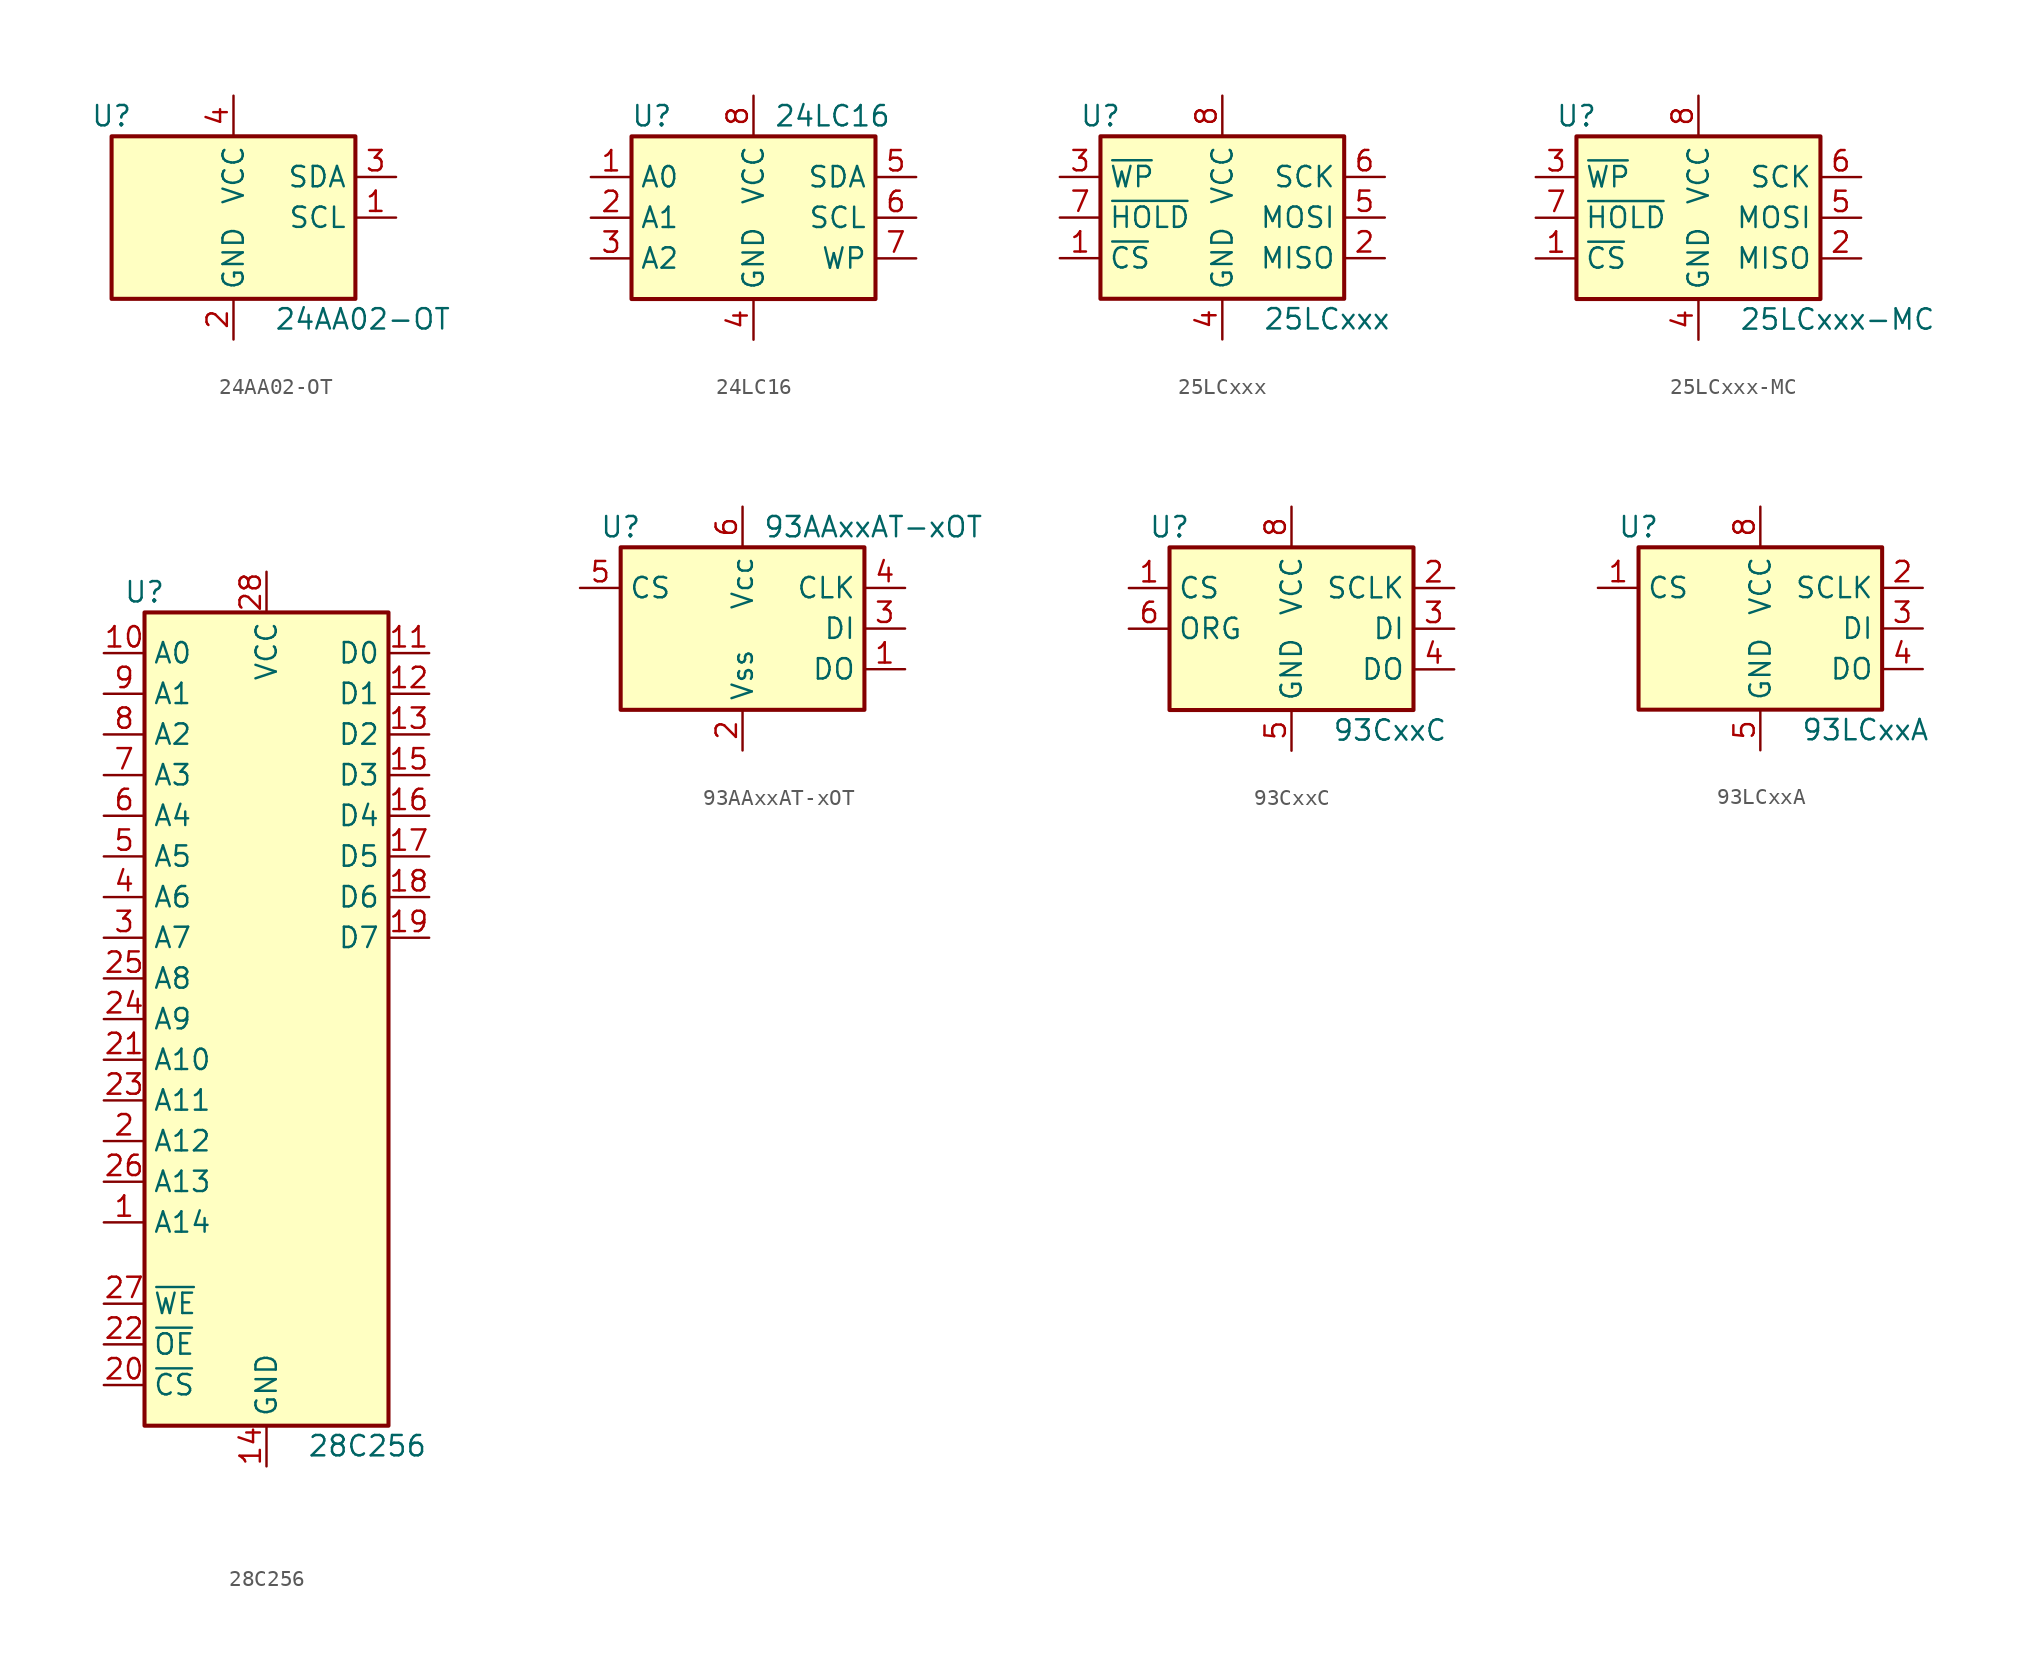
<source format=kicad_sym>
(kicad_symbol_lib
  (version 20211014)
  (generator kicad_symbol_editor)
  (symbol "24AA02-OT"
    (property "Reference" "U"
      (at -7.62 6.35 0)
      (effects (font (size 1.27 1.27))))
    (property "Value" "24AA02-OT"
      (at 2.54 -6.35 0)
      (effects (font (size 1.27 1.27)) (justify left)))
    (symbol "24AA02-OT_1_1"
      (rectangle (start -7.62 5.08) (end 7.62 -5.08) (stroke (width 0.254) (type default) (color 0 0 0 0)) (fill (type background)))
      (pin input line (at 10.16 0 180) (length 2.54) (name "SCL" (effects (font (size 1.27 1.27)))) (number "1" (effects (font (size 1.27 1.27)))))
      (pin power_in line (at 0 -7.62 90) (length 2.54) (name "GND" (effects (font (size 1.27 1.27)))) (number "2" (effects (font (size 1.27 1.27)))))
      (pin bidirectional line (at 10.16 2.54 180) (length 2.54) (name "SDA" (effects (font (size 1.27 1.27)))) (number "3" (effects (font (size 1.27 1.27)))))
      (pin power_in line (at 0 7.62 270) (length 2.54) (name "VCC" (effects (font (size 1.27 1.27)))) (number "4" (effects (font (size 1.27 1.27)))))
      (pin no_connect line (at 7.62 -2.54 180) (length 2.54) hide (name "NC" (effects (font (size 1.27 1.27)))) (number "5" (effects (font (size 1.27 1.27)))))))
  (symbol "24LC16"
    (property "Reference" "U"
      (at -6.35 6.35 0)
      (effects (font (size 1.27 1.27))))
    (property "Value" "24LC16"
      (at 1.27 6.35 0)
      (effects (font (size 1.27 1.27)) (justify left)))
    (symbol "24LC16_1_1"
      (rectangle (start -7.62 5.08) (end 7.62 -5.08) (stroke (width 0.254) (type default) (color 0 0 0 0)) (fill (type background)))
      (pin input line (at -10.16 2.54 0) (length 2.54) (name "A0" (effects (font (size 1.27 1.27)))) (number "1" (effects (font (size 1.27 1.27)))))
      (pin input line (at -10.16 0 0) (length 2.54) (name "A1" (effects (font (size 1.27 1.27)))) (number "2" (effects (font (size 1.27 1.27)))))
      (pin input line (at -10.16 -2.54 0) (length 2.54) (name "A2" (effects (font (size 1.27 1.27)))) (number "3" (effects (font (size 1.27 1.27)))))
      (pin power_in line (at 0 -7.62 90) (length 2.54) (name "GND" (effects (font (size 1.27 1.27)))) (number "4" (effects (font (size 1.27 1.27)))))
      (pin bidirectional line (at 10.16 2.54 180) (length 2.54) (name "SDA" (effects (font (size 1.27 1.27)))) (number "5" (effects (font (size 1.27 1.27)))))
      (pin input line (at 10.16 0 180) (length 2.54) (name "SCL" (effects (font (size 1.27 1.27)))) (number "6" (effects (font (size 1.27 1.27)))))
      (pin input line (at 10.16 -2.54 180) (length 2.54) (name "WP" (effects (font (size 1.27 1.27)))) (number "7" (effects (font (size 1.27 1.27)))))
      (pin power_in line (at 0 7.62 270) (length 2.54) (name "VCC" (effects (font (size 1.27 1.27)))) (number "8" (effects (font (size 1.27 1.27)))))))
  (symbol "25LCxxx"
    (property "Reference" "U"
      (at -7.62 6.35 0)
      (effects (font (size 1.27 1.27))))
    (property "Value" "25LCxxx"
      (at 2.54 -6.35 0)
      (effects (font (size 1.27 1.27)) (justify left)))
    (symbol "25LCxxx_1_1"
      (rectangle (start -7.62 5.08) (end 7.62 -5.08) (stroke (width 0.254) (type default) (color 0 0 0 0)) (fill (type background)))
      (pin input line (at -10.16 -2.54 0) (length 2.54) (name "~{CS}" (effects (font (size 1.27 1.27)))) (number "1" (effects (font (size 1.27 1.27)))))
      (pin tri_state line (at 10.16 -2.54 180) (length 2.54) (name "MISO" (effects (font (size 1.27 1.27)))) (number "2" (effects (font (size 1.27 1.27)))))
      (pin input line (at -10.16 2.54 0) (length 2.54) (name "~{WP}" (effects (font (size 1.27 1.27)))) (number "3" (effects (font (size 1.27 1.27)))))
      (pin power_in line (at 0 -7.62 90) (length 2.54) (name "GND" (effects (font (size 1.27 1.27)))) (number "4" (effects (font (size 1.27 1.27)))))
      (pin input line (at 10.16 0 180) (length 2.54) (name "MOSI" (effects (font (size 1.27 1.27)))) (number "5" (effects (font (size 1.27 1.27)))))
      (pin input line (at 10.16 2.54 180) (length 2.54) (name "SCK" (effects (font (size 1.27 1.27)))) (number "6" (effects (font (size 1.27 1.27)))))
      (pin input line (at -10.16 0 0) (length 2.54) (name "~{HOLD}" (effects (font (size 1.27 1.27)))) (number "7" (effects (font (size 1.27 1.27)))))
      (pin power_in line (at 0 7.62 270) (length 2.54) (name "VCC" (effects (font (size 1.27 1.27)))) (number "8" (effects (font (size 1.27 1.27)))))))
  (symbol "25LCxxx-MC"
    (property "Reference" "U"
      (at -7.62 6.35 0)
      (effects (font (size 1.27 1.27))))
    (property "Value" "25LCxxx-MC"
      (at 2.54 -6.35 0)
      (effects (font (size 1.27 1.27)) (justify left)))
    (symbol "25LCxxx-MC_1_1"
      (rectangle (start -7.62 5.08) (end 7.62 -5.08) (stroke (width 0.254) (type default) (color 0 0 0 0)) (fill (type background)))
      (pin input line (at -10.16 -2.54 0) (length 2.54) (name "~{CS}" (effects (font (size 1.27 1.27)))) (number "1" (effects (font (size 1.27 1.27)))))
      (pin tri_state line (at 10.16 -2.54 180) (length 2.54) (name "MISO" (effects (font (size 1.27 1.27)))) (number "2" (effects (font (size 1.27 1.27)))))
      (pin input line (at -10.16 2.54 0) (length 2.54) (name "~{WP}" (effects (font (size 1.27 1.27)))) (number "3" (effects (font (size 1.27 1.27)))))
      (pin power_in line (at 0 -7.62 90) (length 2.54) (name "GND" (effects (font (size 1.27 1.27)))) (number "4" (effects (font (size 1.27 1.27)))))
      (pin input line (at 10.16 0 180) (length 2.54) (name "MOSI" (effects (font (size 1.27 1.27)))) (number "5" (effects (font (size 1.27 1.27)))))
      (pin input line (at 10.16 2.54 180) (length 2.54) (name "SCK" (effects (font (size 1.27 1.27)))) (number "6" (effects (font (size 1.27 1.27)))))
      (pin input line (at -10.16 0 0) (length 2.54) (name "~{HOLD}" (effects (font (size 1.27 1.27)))) (number "7" (effects (font (size 1.27 1.27)))))
      (pin power_in line (at 0 7.62 270) (length 2.54) (name "VCC" (effects (font (size 1.27 1.27)))) (number "8" (effects (font (size 1.27 1.27)))))
      (pin passive line (at 0 -7.62 90) (length 2.54) hide (name "GND" (effects (font (size 1.27 1.27)))) (number "9" (effects (font (size 1.27 1.27)))))))
  (symbol "28C256"
    (property "Reference" "U"
      (at -7.62 26.67 0)
      (effects (font (size 1.27 1.27))))
    (property "Value" "28C256"
      (at 2.54 -26.67 0)
      (effects (font (size 1.27 1.27)) (justify left)))
    (symbol "28C256_1_1"
      (rectangle (start -7.62 25.4) (end 7.62 -25.4) (stroke (width 0.254) (type default) (color 0 0 0 0)) (fill (type background)))
      (pin input line (at -10.16 -12.7 0) (length 2.54) (name "A14" (effects (font (size 1.27 1.27)))) (number "1" (effects (font (size 1.27 1.27)))))
      (pin input line (at -10.16 22.86 0) (length 2.54) (name "A0" (effects (font (size 1.27 1.27)))) (number "10" (effects (font (size 1.27 1.27)))))
      (pin tri_state line (at 10.16 22.86 180) (length 2.54) (name "D0" (effects (font (size 1.27 1.27)))) (number "11" (effects (font (size 1.27 1.27)))))
      (pin tri_state line (at 10.16 20.32 180) (length 2.54) (name "D1" (effects (font (size 1.27 1.27)))) (number "12" (effects (font (size 1.27 1.27)))))
      (pin tri_state line (at 10.16 17.78 180) (length 2.54) (name "D2" (effects (font (size 1.27 1.27)))) (number "13" (effects (font (size 1.27 1.27)))))
      (pin power_in line (at 0 -27.94 90) (length 2.54) (name "GND" (effects (font (size 1.27 1.27)))) (number "14" (effects (font (size 1.27 1.27)))))
      (pin tri_state line (at 10.16 15.24 180) (length 2.54) (name "D3" (effects (font (size 1.27 1.27)))) (number "15" (effects (font (size 1.27 1.27)))))
      (pin tri_state line (at 10.16 12.7 180) (length 2.54) (name "D4" (effects (font (size 1.27 1.27)))) (number "16" (effects (font (size 1.27 1.27)))))
      (pin tri_state line (at 10.16 10.16 180) (length 2.54) (name "D5" (effects (font (size 1.27 1.27)))) (number "17" (effects (font (size 1.27 1.27)))))
      (pin tri_state line (at 10.16 7.62 180) (length 2.54) (name "D6" (effects (font (size 1.27 1.27)))) (number "18" (effects (font (size 1.27 1.27)))))
      (pin tri_state line (at 10.16 5.08 180) (length 2.54) (name "D7" (effects (font (size 1.27 1.27)))) (number "19" (effects (font (size 1.27 1.27)))))
      (pin input line (at -10.16 -7.62 0) (length 2.54) (name "A12" (effects (font (size 1.27 1.27)))) (number "2" (effects (font (size 1.27 1.27)))))
      (pin input line (at -10.16 -22.86 0) (length 2.54) (name "~{CS}" (effects (font (size 1.27 1.27)))) (number "20" (effects (font (size 1.27 1.27)))))
      (pin input line (at -10.16 -2.54 0) (length 2.54) (name "A10" (effects (font (size 1.27 1.27)))) (number "21" (effects (font (size 1.27 1.27)))))
      (pin input line (at -10.16 -20.32 0) (length 2.54) (name "~{OE}" (effects (font (size 1.27 1.27)))) (number "22" (effects (font (size 1.27 1.27)))))
      (pin input line (at -10.16 -5.08 0) (length 2.54) (name "A11" (effects (font (size 1.27 1.27)))) (number "23" (effects (font (size 1.27 1.27)))))
      (pin input line (at -10.16 0 0) (length 2.54) (name "A9" (effects (font (size 1.27 1.27)))) (number "24" (effects (font (size 1.27 1.27)))))
      (pin input line (at -10.16 2.54 0) (length 2.54) (name "A8" (effects (font (size 1.27 1.27)))) (number "25" (effects (font (size 1.27 1.27)))))
      (pin input line (at -10.16 -10.16 0) (length 2.54) (name "A13" (effects (font (size 1.27 1.27)))) (number "26" (effects (font (size 1.27 1.27)))))
      (pin input line (at -10.16 -17.78 0) (length 2.54) (name "~{WE}" (effects (font (size 1.27 1.27)))) (number "27" (effects (font (size 1.27 1.27)))))
      (pin power_in line (at 0 27.94 270) (length 2.54) (name "VCC" (effects (font (size 1.27 1.27)))) (number "28" (effects (font (size 1.27 1.27)))))
      (pin input line (at -10.16 5.08 0) (length 2.54) (name "A7" (effects (font (size 1.27 1.27)))) (number "3" (effects (font (size 1.27 1.27)))))
      (pin input line (at -10.16 7.62 0) (length 2.54) (name "A6" (effects (font (size 1.27 1.27)))) (number "4" (effects (font (size 1.27 1.27)))))
      (pin input line (at -10.16 10.16 0) (length 2.54) (name "A5" (effects (font (size 1.27 1.27)))) (number "5" (effects (font (size 1.27 1.27)))))
      (pin input line (at -10.16 12.7 0) (length 2.54) (name "A4" (effects (font (size 1.27 1.27)))) (number "6" (effects (font (size 1.27 1.27)))))
      (pin input line (at -10.16 15.24 0) (length 2.54) (name "A3" (effects (font (size 1.27 1.27)))) (number "7" (effects (font (size 1.27 1.27)))))
      (pin input line (at -10.16 17.78 0) (length 2.54) (name "A2" (effects (font (size 1.27 1.27)))) (number "8" (effects (font (size 1.27 1.27)))))
      (pin input line (at -10.16 20.32 0) (length 2.54) (name "A1" (effects (font (size 1.27 1.27)))) (number "9" (effects (font (size 1.27 1.27)))))))
  (symbol "93AAxxAT-xOT"
    (property "Reference" "U"
      (at -7.62 6.35 0)
      (effects (font (size 1.27 1.27))))
    (property "Value" "93AAxxAT-xOT"
      (at 1.27 6.35 0)
      (effects (font (size 1.27 1.27)) (justify left)))
    (symbol "93AAxxAT-xOT_1_1"
      (rectangle (start -7.62 5.08) (end 7.62 -5.08) (stroke (width 0.254) (type default) (color 0 0 0 0)) (fill (type background)))
      (pin tri_state line (at 10.16 -2.54 180) (length 2.54) (name "DO" (effects (font (size 1.27 1.27)))) (number "1" (effects (font (size 1.27 1.27)))))
      (pin power_in line (at 0 -7.62 90) (length 2.54) (name "Vss" (effects (font (size 1.27 1.27)))) (number "2" (effects (font (size 1.27 1.27)))))
      (pin input line (at 10.16 0 180) (length 2.54) (name "DI" (effects (font (size 1.27 1.27)))) (number "3" (effects (font (size 1.27 1.27)))))
      (pin input line (at 10.16 2.54 180) (length 2.54) (name "CLK" (effects (font (size 1.27 1.27)))) (number "4" (effects (font (size 1.27 1.27)))))
      (pin input line (at -10.16 2.54 0) (length 2.54) (name "CS" (effects (font (size 1.27 1.27)))) (number "5" (effects (font (size 1.27 1.27)))))
      (pin power_in line (at 0 7.62 270) (length 2.54) (name "Vcc" (effects (font (size 1.27 1.27)))) (number "6" (effects (font (size 1.27 1.27)))))))
  (symbol "93CxxC"
    (property "Reference" "U"
      (at -7.62 6.35 0)
      (effects (font (size 1.27 1.27))))
    (property "Value" "93CxxC"
      (at 2.54 -6.35 0)
      (effects (font (size 1.27 1.27)) (justify left)))
    (symbol "93CxxC_1_1"
      (rectangle (start -7.62 5.08) (end 7.62 -5.08) (stroke (width 0.254) (type default) (color 0 0 0 0)) (fill (type background)))
      (pin input line (at -10.16 2.54 0) (length 2.54) (name "CS" (effects (font (size 1.27 1.27)))) (number "1" (effects (font (size 1.27 1.27)))))
      (pin input line (at 10.16 2.54 180) (length 2.54) (name "SCLK" (effects (font (size 1.27 1.27)))) (number "2" (effects (font (size 1.27 1.27)))))
      (pin input line (at 10.16 0 180) (length 2.54) (name "DI" (effects (font (size 1.27 1.27)))) (number "3" (effects (font (size 1.27 1.27)))))
      (pin tri_state line (at 10.16 -2.54 180) (length 2.54) (name "DO" (effects (font (size 1.27 1.27)))) (number "4" (effects (font (size 1.27 1.27)))))
      (pin power_in line (at 0 -7.62 90) (length 2.54) (name "GND" (effects (font (size 1.27 1.27)))) (number "5" (effects (font (size 1.27 1.27)))))
      (pin input line (at -10.16 0 0) (length 2.54) (name "ORG" (effects (font (size 1.27 1.27)))) (number "6" (effects (font (size 1.27 1.27)))))
      (pin no_connect line (at -7.62 -2.54 0) (length 2.54) hide (name "NC" (effects (font (size 1.27 1.27)))) (number "7" (effects (font (size 1.27 1.27)))))
      (pin power_in line (at 0 7.62 270) (length 2.54) (name "VCC" (effects (font (size 1.27 1.27)))) (number "8" (effects (font (size 1.27 1.27)))))))
  (symbol "93LCxxA"
    (property "Reference" "U"
      (at -7.62 6.35 0)
      (effects (font (size 1.27 1.27))))
    (property "Value" "93LCxxA"
      (at 2.54 -6.35 0)
      (effects (font (size 1.27 1.27)) (justify left)))
    (symbol "93LCxxA_1_1"
      (rectangle (start -7.62 5.08) (end 7.62 -5.08) (stroke (width 0.254) (type default) (color 0 0 0 0)) (fill (type background)))
      (pin input line (at -10.16 2.54 0) (length 2.54) (name "CS" (effects (font (size 1.27 1.27)))) (number "1" (effects (font (size 1.27 1.27)))))
      (pin input line (at 10.16 2.54 180) (length 2.54) (name "SCLK" (effects (font (size 1.27 1.27)))) (number "2" (effects (font (size 1.27 1.27)))))
      (pin input line (at 10.16 0 180) (length 2.54) (name "DI" (effects (font (size 1.27 1.27)))) (number "3" (effects (font (size 1.27 1.27)))))
      (pin tri_state line (at 10.16 -2.54 180) (length 2.54) (name "DO" (effects (font (size 1.27 1.27)))) (number "4" (effects (font (size 1.27 1.27)))))
      (pin power_in line (at 0 -7.62 90) (length 2.54) (name "GND" (effects (font (size 1.27 1.27)))) (number "5" (effects (font (size 1.27 1.27)))))
      (pin no_connect line (at -7.62 0 0) (length 2.54) hide (name "NC" (effects (font (size 1.27 1.27)))) (number "6" (effects (font (size 1.27 1.27)))))
      (pin no_connect line (at -7.62 -2.54 0) (length 2.54) hide (name "NC" (effects (font (size 1.27 1.27)))) (number "7" (effects (font (size 1.27 1.27)))))
      (pin power_in line (at 0 7.62 270) (length 2.54) (name "VCC" (effects (font (size 1.27 1.27)))) (number "8" (effects (font (size 1.27 1.27))))))))
</source>
